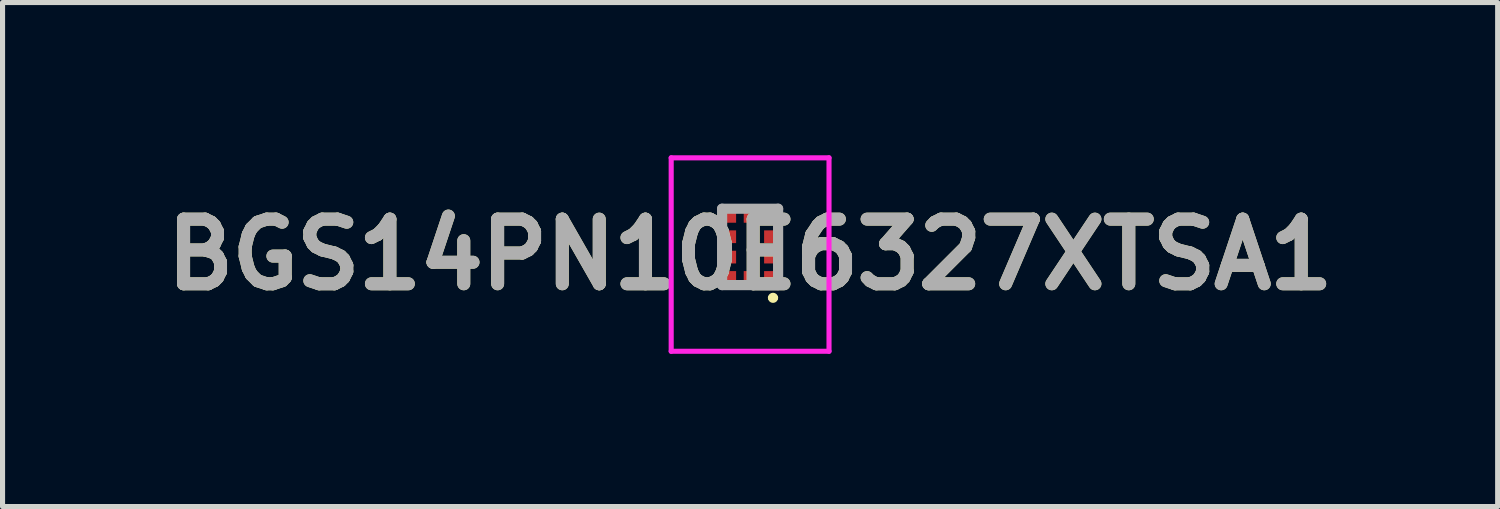
<source format=kicad_pcb>
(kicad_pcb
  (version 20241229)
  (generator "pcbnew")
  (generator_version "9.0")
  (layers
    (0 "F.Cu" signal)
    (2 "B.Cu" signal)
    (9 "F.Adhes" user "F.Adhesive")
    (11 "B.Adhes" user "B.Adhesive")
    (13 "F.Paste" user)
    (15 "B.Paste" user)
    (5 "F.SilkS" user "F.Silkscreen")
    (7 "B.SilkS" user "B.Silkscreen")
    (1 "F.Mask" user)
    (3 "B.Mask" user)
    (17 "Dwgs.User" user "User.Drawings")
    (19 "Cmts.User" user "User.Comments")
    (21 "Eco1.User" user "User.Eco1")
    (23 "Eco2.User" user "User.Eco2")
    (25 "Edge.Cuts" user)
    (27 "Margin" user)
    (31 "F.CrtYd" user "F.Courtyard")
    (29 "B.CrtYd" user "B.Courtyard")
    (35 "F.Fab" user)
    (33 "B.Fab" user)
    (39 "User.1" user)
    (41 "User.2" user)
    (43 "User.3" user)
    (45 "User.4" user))
  (footprint "BGS14PN10E6327XTSA1"
    (layer "F.Cu")
    (at 11.684 1.8)
    (property "Reference" "BGS14PN10E6327XTSA1" (at 0 0.15 0) (layer "F.SilkS") (effects (font (size 1.27 1.27) (thickness 0.254))))
    (attr smd)
    (fp_line (start 0.4 1) (end 0.4 1) (stroke (width 0.1) (type solid)) (layer "F.SilkS"))
    (fp_line (start 0.5 1) (end 0.5 1) (stroke (width 0.1) (type solid)) (layer "F.SilkS"))
    (fp_arc (start 0.4 1) (mid 0.45 0.95) (end 0.5 1) (stroke (width 0.1) (type solid)) (layer "F.SilkS"))
    (fp_arc (start 0.5 1) (mid 0.45 1.05) (end 0.4 1) (stroke (width 0.1) (type solid)) (layer "F.SilkS"))
    (fp_line (start -1.55 -1.75) (end 1.55 -1.75) (stroke (width 0.1) (type solid)) (layer "F.CrtYd"))
    (fp_line (start -1.55 2.05) (end -1.55 -1.75) (stroke (width 0.1) (type solid)) (layer "F.CrtYd"))
    (fp_line (start 1.55 -1.75) (end 1.55 2.05) (stroke (width 0.1) (type solid)) (layer "F.CrtYd"))
    (fp_line (start 1.55 2.05) (end -1.55 2.05) (stroke (width 0.1) (type solid)) (layer "F.CrtYd"))
    (fp_line (start -0.55 -0.75) (end 0.55 -0.75) (stroke (width 0.2) (type solid)) (layer "F.Fab"))
    (fp_line (start -0.55 0.75) (end -0.55 -0.75) (stroke (width 0.2) (type solid)) (layer "F.Fab"))
    (fp_line (start 0.55 -0.75) (end 0.55 0.75) (stroke (width 0.2) (type solid)) (layer "F.Fab"))
    (fp_line (start 0.55 0.75) (end -0.55 0.75) (stroke (width 0.2) (type solid)) (layer "F.Fab"))
    (fp_text user "${REFERENCE}" (at 0 0.15 0) (layer "F.Fab") (effects (font (size 1.27 1.27) (thickness 0.254))))
    (pad "1" smd rect (at 0.4 0.6 90) (size 0.25 0.25) (layers "F.Cu" "F.Mask" "F.Paste"))
    (pad "2" smd rect (at 0.4 0.2 90) (size 0.25 0.25) (layers "F.Cu" "F.Mask" "F.Paste"))
    (pad "3" smd rect (at 0.4 -0.2 90) (size 0.25 0.25) (layers "F.Cu" "F.Mask" "F.Paste"))
    (pad "4" smd rect (at 0.4 -0.6 90) (size 0.25 0.25) (layers "F.Cu" "F.Mask" "F.Paste"))
    (pad "5" smd rect (at 0 -0.6 90) (size 0.25 0.25) (layers "F.Cu" "F.Mask" "F.Paste"))
    (pad "6" smd rect (at -0.4 -0.6 90) (size 0.25 0.25) (layers "F.Cu" "F.Mask" "F.Paste"))
    (pad "7" smd rect (at -0.4 -0.2 90) (size 0.25 0.25) (layers "F.Cu" "F.Mask" "F.Paste"))
    (pad "8" smd rect (at -0.4 0.2 90) (size 0.25 0.25) (layers "F.Cu" "F.Mask" "F.Paste"))
    (pad "9" smd rect (at -0.4 0.6 90) (size 0.25 0.25) (layers "F.Cu" "F.Mask" "F.Paste"))
    (pad "10" smd rect (at 0 0.6 90) (size 0.25 0.25) (layers "F.Cu" "F.Mask" "F.Paste")))
  (gr_rect
    (start -3 -3)
    (end 26.368 6.9)
    (stroke (width 0.1) (type default))
    (fill no)
    (layer "Edge.Cuts")))
</source>
